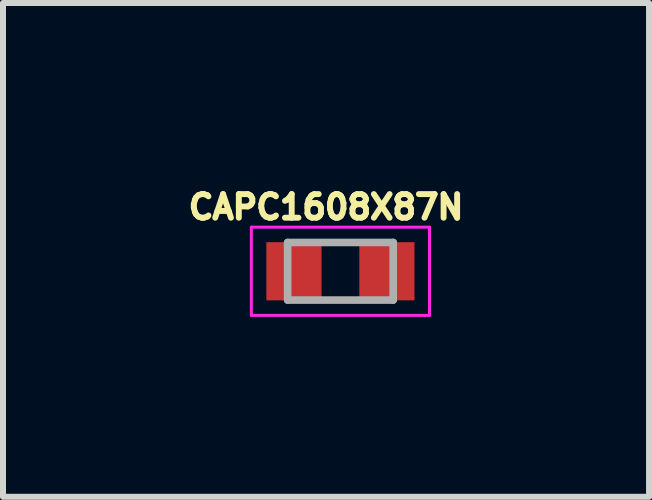
<source format=kicad_pcb>
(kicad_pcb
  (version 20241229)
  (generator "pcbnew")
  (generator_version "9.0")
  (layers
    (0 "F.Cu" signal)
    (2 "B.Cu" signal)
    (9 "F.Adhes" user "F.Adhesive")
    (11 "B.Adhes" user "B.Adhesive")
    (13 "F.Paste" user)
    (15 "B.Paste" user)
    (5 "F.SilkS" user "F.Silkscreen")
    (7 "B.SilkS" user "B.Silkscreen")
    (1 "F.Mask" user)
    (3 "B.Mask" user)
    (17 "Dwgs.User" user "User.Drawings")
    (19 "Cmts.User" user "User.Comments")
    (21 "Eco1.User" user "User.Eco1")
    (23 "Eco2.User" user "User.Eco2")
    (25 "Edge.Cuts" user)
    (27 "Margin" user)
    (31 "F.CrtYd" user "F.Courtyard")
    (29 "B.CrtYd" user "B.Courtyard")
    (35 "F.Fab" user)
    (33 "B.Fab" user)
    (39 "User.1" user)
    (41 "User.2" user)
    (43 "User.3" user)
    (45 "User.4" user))
  (footprint "CAPC1608X87N"
    (layer "F.Cu")
    (at 2.626 1.473)
    (property "Reference" "CAPC1608X87N" (at -0.24 -1.07 0) (layer "F.SilkS") (effects (font (size 0.394 0.394) (thickness 0.15))))
    (attr through_hole)
    (fp_line (start -1.485 -0.735) (end 1.485 -0.735) (stroke (width 0.05) (type solid)) (layer "F.CrtYd"))
    (fp_line (start -1.485 0.735) (end -1.485 -0.735) (stroke (width 0.05) (type solid)) (layer "F.CrtYd"))
    (fp_line (start -1.485 0.735) (end 1.485 0.735) (stroke (width 0.05) (type solid)) (layer "F.CrtYd"))
    (fp_line (start 1.485 0.735) (end 1.485 -0.735) (stroke (width 0.05) (type solid)) (layer "F.CrtYd"))
    (fp_line (start -0.88 0.48) (end -0.88 -0.48) (stroke (width 0.127) (type solid)) (layer "F.Fab"))
    (fp_line (start 0.88 -0.48) (end -0.88 -0.48) (stroke (width 0.127) (type solid)) (layer "F.Fab"))
    (fp_line (start 0.88 0.48) (end -0.88 0.48) (stroke (width 0.127) (type solid)) (layer "F.Fab"))
    (fp_line (start 0.88 0.48) (end 0.88 -0.48) (stroke (width 0.127) (type solid)) (layer "F.Fab"))
    (pad "1" smd rect (at -0.775 0) (size 0.92 0.97) (layers "F.Cu" "F.Mask" "F.Paste"))
    (pad "2" smd rect (at 0.775 0) (size 0.92 0.97) (layers "F.Cu" "F.Mask" "F.Paste")))
  (gr_rect
    (start -3 -3)
    (end 7.772 5.233)
    (stroke (width 0.1) (type default))
    (fill no)
    (layer "Edge.Cuts")))
</source>
